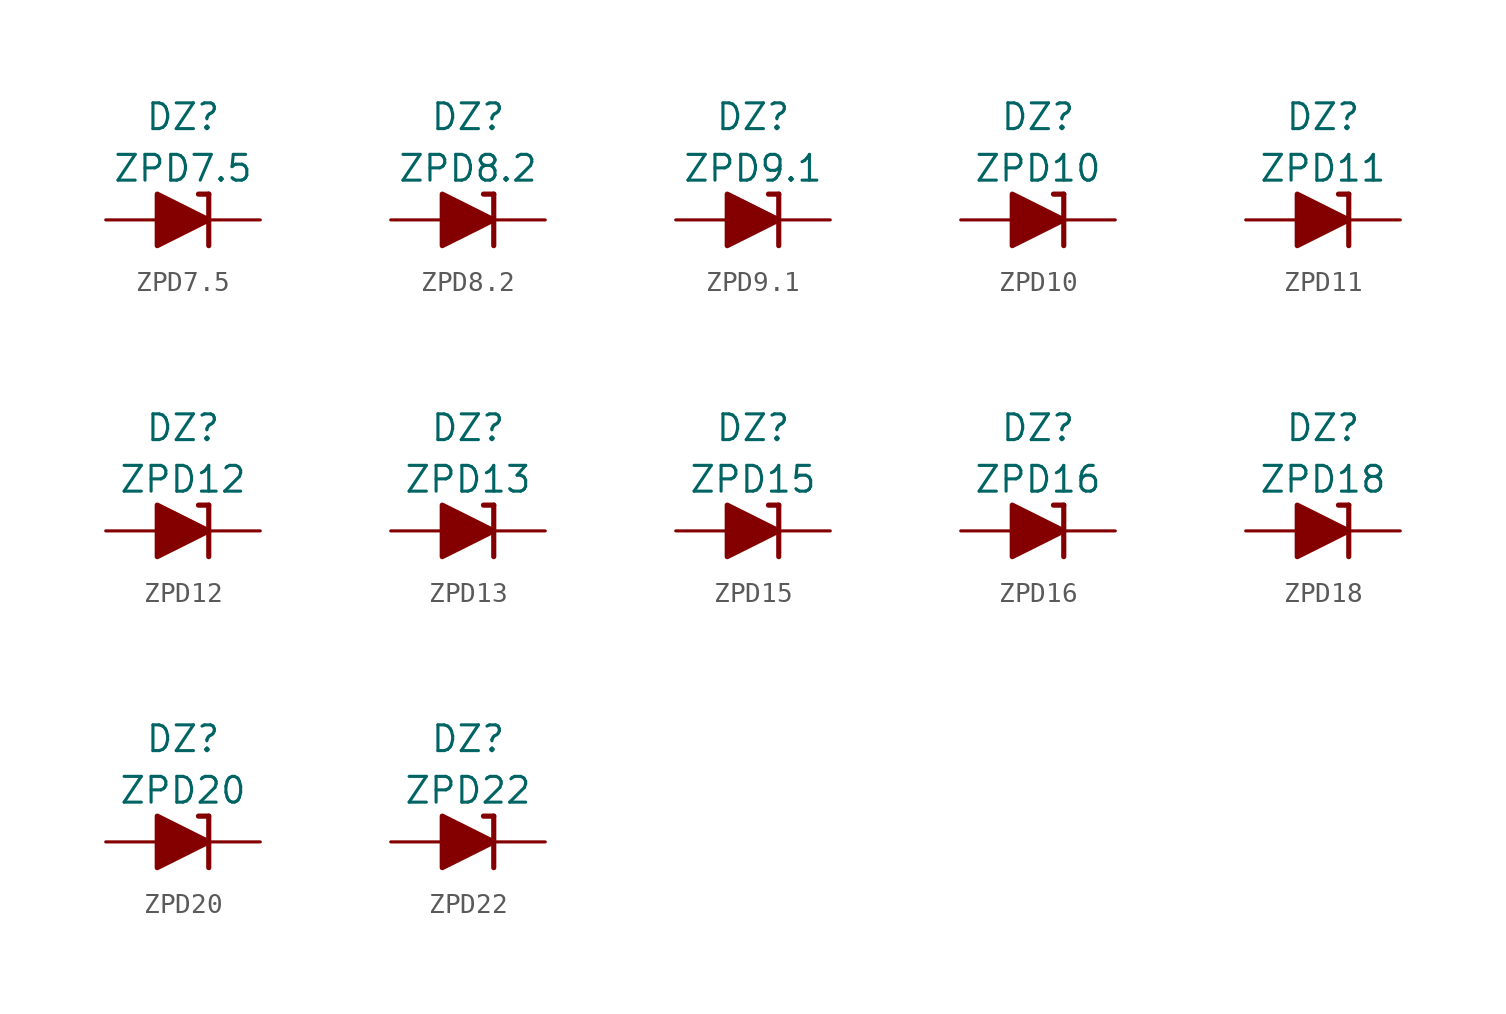
<source format=kicad_sym>
(kicad_symbol_lib
  (version 20201005)
  (generator kicad_symbol_editor)
  (symbol "Diode_Zener_AKL:ZPD7.5"
    (pin_numbers hide)
    (pin_names
      (offset 1.016) hide)
    (property "Reference" "DZ"
      (at 0 5.08 0)
      (effects (font (size 1.27 1.27))))
    (property "Value" "ZPD7.5"
      (at 0 2.54 0)
      (effects (font (size 1.27 1.27))))
    (symbol "ZPD7.5_0_1"
      (polyline (pts (xy -1.27 0) (xy 1.27 0)) (stroke (width 0)) (fill (type none)))
      (polyline (pts (xy 1.27 1.27) (xy 0.762 1.27)) (stroke (width 0.254)) (fill (type none)))
      (polyline (pts (xy 1.27 1.27) (xy 1.27 -1.27)) (stroke (width 0.254)) (fill (type none)))
      (polyline (pts (xy -1.27 -1.27) (xy -1.27 1.27) (xy 1.27 0) (xy -1.27 -1.27)) (stroke (width 0.254)) (fill (type outline))))
    (symbol "ZPD7.5_1_1"
      (pin passive line (at 3.81 0 180) (length 2.54) (name "K" (effects (font (size 1.27 1.27)))) (number "1" (effects (font (size 1.27 1.27)))))
      (pin passive line (at -3.81 0 0) (length 2.54) (name "A" (effects (font (size 1.27 1.27)))) (number "2" (effects (font (size 1.27 1.27)))))))
  (symbol "Diode_Zener_AKL:ZPD8.2"
    (pin_numbers hide)
    (pin_names
      (offset 1.016) hide)
    (property "Reference" "DZ"
      (at 0 5.08 0)
      (effects (font (size 1.27 1.27))))
    (property "Value" "ZPD8.2"
      (at 0 2.54 0)
      (effects (font (size 1.27 1.27))))
    (symbol "ZPD8.2_0_1"
      (polyline (pts (xy -1.27 0) (xy 1.27 0)) (stroke (width 0)) (fill (type none)))
      (polyline (pts (xy 1.27 1.27) (xy 0.762 1.27)) (stroke (width 0.254)) (fill (type none)))
      (polyline (pts (xy 1.27 1.27) (xy 1.27 -1.27)) (stroke (width 0.254)) (fill (type none)))
      (polyline (pts (xy -1.27 -1.27) (xy -1.27 1.27) (xy 1.27 0) (xy -1.27 -1.27)) (stroke (width 0.254)) (fill (type outline))))
    (symbol "ZPD8.2_1_1"
      (pin passive line (at 3.81 0 180) (length 2.54) (name "K" (effects (font (size 1.27 1.27)))) (number "1" (effects (font (size 1.27 1.27)))))
      (pin passive line (at -3.81 0 0) (length 2.54) (name "A" (effects (font (size 1.27 1.27)))) (number "2" (effects (font (size 1.27 1.27)))))))
  (symbol "Diode_Zener_AKL:ZPD9.1"
    (pin_numbers hide)
    (pin_names
      (offset 1.016) hide)
    (property "Reference" "DZ"
      (at 0 5.08 0)
      (effects (font (size 1.27 1.27))))
    (property "Value" "ZPD9.1"
      (at 0 2.54 0)
      (effects (font (size 1.27 1.27))))
    (symbol "ZPD9.1_0_1"
      (polyline (pts (xy -1.27 0) (xy 1.27 0)) (stroke (width 0)) (fill (type none)))
      (polyline (pts (xy 1.27 1.27) (xy 0.762 1.27)) (stroke (width 0.254)) (fill (type none)))
      (polyline (pts (xy 1.27 1.27) (xy 1.27 -1.27)) (stroke (width 0.254)) (fill (type none)))
      (polyline (pts (xy -1.27 -1.27) (xy -1.27 1.27) (xy 1.27 0) (xy -1.27 -1.27)) (stroke (width 0.254)) (fill (type outline))))
    (symbol "ZPD9.1_1_1"
      (pin passive line (at 3.81 0 180) (length 2.54) (name "K" (effects (font (size 1.27 1.27)))) (number "1" (effects (font (size 1.27 1.27)))))
      (pin passive line (at -3.81 0 0) (length 2.54) (name "A" (effects (font (size 1.27 1.27)))) (number "2" (effects (font (size 1.27 1.27)))))))
  (symbol "Diode_Zener_AKL:ZPD10"
    (pin_numbers hide)
    (pin_names
      (offset 1.016) hide)
    (property "Reference" "DZ"
      (at 0 5.08 0)
      (effects (font (size 1.27 1.27))))
    (property "Value" "ZPD10"
      (at 0 2.54 0)
      (effects (font (size 1.27 1.27))))
    (symbol "ZPD10_0_1"
      (polyline (pts (xy -1.27 0) (xy 1.27 0)) (stroke (width 0)) (fill (type none)))
      (polyline (pts (xy 1.27 1.27) (xy 0.762 1.27)) (stroke (width 0.254)) (fill (type none)))
      (polyline (pts (xy 1.27 1.27) (xy 1.27 -1.27)) (stroke (width 0.254)) (fill (type none)))
      (polyline (pts (xy -1.27 -1.27) (xy -1.27 1.27) (xy 1.27 0) (xy -1.27 -1.27)) (stroke (width 0.254)) (fill (type outline))))
    (symbol "ZPD10_1_1"
      (pin passive line (at 3.81 0 180) (length 2.54) (name "K" (effects (font (size 1.27 1.27)))) (number "1" (effects (font (size 1.27 1.27)))))
      (pin passive line (at -3.81 0 0) (length 2.54) (name "A" (effects (font (size 1.27 1.27)))) (number "2" (effects (font (size 1.27 1.27)))))))
  (symbol "Diode_Zener_AKL:ZPD11"
    (pin_numbers hide)
    (pin_names
      (offset 1.016) hide)
    (property "Reference" "DZ"
      (at 0 5.08 0)
      (effects (font (size 1.27 1.27))))
    (property "Value" "ZPD11"
      (at 0 2.54 0)
      (effects (font (size 1.27 1.27))))
    (symbol "ZPD11_0_1"
      (polyline (pts (xy -1.27 0) (xy 1.27 0)) (stroke (width 0)) (fill (type none)))
      (polyline (pts (xy 1.27 1.27) (xy 0.762 1.27)) (stroke (width 0.254)) (fill (type none)))
      (polyline (pts (xy 1.27 1.27) (xy 1.27 -1.27)) (stroke (width 0.254)) (fill (type none)))
      (polyline (pts (xy -1.27 -1.27) (xy -1.27 1.27) (xy 1.27 0) (xy -1.27 -1.27)) (stroke (width 0.254)) (fill (type outline))))
    (symbol "ZPD11_1_1"
      (pin passive line (at 3.81 0 180) (length 2.54) (name "K" (effects (font (size 1.27 1.27)))) (number "1" (effects (font (size 1.27 1.27)))))
      (pin passive line (at -3.81 0 0) (length 2.54) (name "A" (effects (font (size 1.27 1.27)))) (number "2" (effects (font (size 1.27 1.27)))))))
  (symbol "Diode_Zener_AKL:ZPD12"
    (pin_numbers hide)
    (pin_names
      (offset 1.016) hide)
    (property "Reference" "DZ"
      (at 0 5.08 0)
      (effects (font (size 1.27 1.27))))
    (property "Value" "ZPD12"
      (at 0 2.54 0)
      (effects (font (size 1.27 1.27))))
    (symbol "ZPD12_0_1"
      (polyline (pts (xy -1.27 0) (xy 1.27 0)) (stroke (width 0)) (fill (type none)))
      (polyline (pts (xy 1.27 1.27) (xy 0.762 1.27)) (stroke (width 0.254)) (fill (type none)))
      (polyline (pts (xy 1.27 1.27) (xy 1.27 -1.27)) (stroke (width 0.254)) (fill (type none)))
      (polyline (pts (xy -1.27 -1.27) (xy -1.27 1.27) (xy 1.27 0) (xy -1.27 -1.27)) (stroke (width 0.254)) (fill (type outline))))
    (symbol "ZPD12_1_1"
      (pin passive line (at 3.81 0 180) (length 2.54) (name "K" (effects (font (size 1.27 1.27)))) (number "1" (effects (font (size 1.27 1.27)))))
      (pin passive line (at -3.81 0 0) (length 2.54) (name "A" (effects (font (size 1.27 1.27)))) (number "2" (effects (font (size 1.27 1.27)))))))
  (symbol "Diode_Zener_AKL:ZPD13"
    (pin_numbers hide)
    (pin_names
      (offset 1.016) hide)
    (property "Reference" "DZ"
      (at 0 5.08 0)
      (effects (font (size 1.27 1.27))))
    (property "Value" "ZPD13"
      (at 0 2.54 0)
      (effects (font (size 1.27 1.27))))
    (symbol "ZPD13_0_1"
      (polyline (pts (xy -1.27 0) (xy 1.27 0)) (stroke (width 0)) (fill (type none)))
      (polyline (pts (xy 1.27 1.27) (xy 0.762 1.27)) (stroke (width 0.254)) (fill (type none)))
      (polyline (pts (xy 1.27 1.27) (xy 1.27 -1.27)) (stroke (width 0.254)) (fill (type none)))
      (polyline (pts (xy -1.27 -1.27) (xy -1.27 1.27) (xy 1.27 0) (xy -1.27 -1.27)) (stroke (width 0.254)) (fill (type outline))))
    (symbol "ZPD13_1_1"
      (pin passive line (at 3.81 0 180) (length 2.54) (name "K" (effects (font (size 1.27 1.27)))) (number "1" (effects (font (size 1.27 1.27)))))
      (pin passive line (at -3.81 0 0) (length 2.54) (name "A" (effects (font (size 1.27 1.27)))) (number "2" (effects (font (size 1.27 1.27)))))))
  (symbol "Diode_Zener_AKL:ZPD15"
    (pin_numbers hide)
    (pin_names
      (offset 1.016) hide)
    (property "Reference" "DZ"
      (at 0 5.08 0)
      (effects (font (size 1.27 1.27))))
    (property "Value" "ZPD15"
      (at 0 2.54 0)
      (effects (font (size 1.27 1.27))))
    (symbol "ZPD15_0_1"
      (polyline (pts (xy -1.27 0) (xy 1.27 0)) (stroke (width 0)) (fill (type none)))
      (polyline (pts (xy 1.27 1.27) (xy 0.762 1.27)) (stroke (width 0.254)) (fill (type none)))
      (polyline (pts (xy 1.27 1.27) (xy 1.27 -1.27)) (stroke (width 0.254)) (fill (type none)))
      (polyline (pts (xy -1.27 -1.27) (xy -1.27 1.27) (xy 1.27 0) (xy -1.27 -1.27)) (stroke (width 0.254)) (fill (type outline))))
    (symbol "ZPD15_1_1"
      (pin passive line (at 3.81 0 180) (length 2.54) (name "K" (effects (font (size 1.27 1.27)))) (number "1" (effects (font (size 1.27 1.27)))))
      (pin passive line (at -3.81 0 0) (length 2.54) (name "A" (effects (font (size 1.27 1.27)))) (number "2" (effects (font (size 1.27 1.27)))))))
  (symbol "Diode_Zener_AKL:ZPD16"
    (pin_numbers hide)
    (pin_names
      (offset 1.016) hide)
    (property "Reference" "DZ"
      (at 0 5.08 0)
      (effects (font (size 1.27 1.27))))
    (property "Value" "ZPD16"
      (at 0 2.54 0)
      (effects (font (size 1.27 1.27))))
    (symbol "ZPD16_0_1"
      (polyline (pts (xy -1.27 0) (xy 1.27 0)) (stroke (width 0)) (fill (type none)))
      (polyline (pts (xy 1.27 1.27) (xy 0.762 1.27)) (stroke (width 0.254)) (fill (type none)))
      (polyline (pts (xy 1.27 1.27) (xy 1.27 -1.27)) (stroke (width 0.254)) (fill (type none)))
      (polyline (pts (xy -1.27 -1.27) (xy -1.27 1.27) (xy 1.27 0) (xy -1.27 -1.27)) (stroke (width 0.254)) (fill (type outline))))
    (symbol "ZPD16_1_1"
      (pin passive line (at 3.81 0 180) (length 2.54) (name "K" (effects (font (size 1.27 1.27)))) (number "1" (effects (font (size 1.27 1.27)))))
      (pin passive line (at -3.81 0 0) (length 2.54) (name "A" (effects (font (size 1.27 1.27)))) (number "2" (effects (font (size 1.27 1.27)))))))
  (symbol "Diode_Zener_AKL:ZPD18"
    (pin_numbers hide)
    (pin_names
      (offset 1.016) hide)
    (property "Reference" "DZ"
      (at 0 5.08 0)
      (effects (font (size 1.27 1.27))))
    (property "Value" "ZPD18"
      (at 0 2.54 0)
      (effects (font (size 1.27 1.27))))
    (symbol "ZPD18_0_1"
      (polyline (pts (xy -1.27 0) (xy 1.27 0)) (stroke (width 0)) (fill (type none)))
      (polyline (pts (xy 1.27 1.27) (xy 0.762 1.27)) (stroke (width 0.254)) (fill (type none)))
      (polyline (pts (xy 1.27 1.27) (xy 1.27 -1.27)) (stroke (width 0.254)) (fill (type none)))
      (polyline (pts (xy -1.27 -1.27) (xy -1.27 1.27) (xy 1.27 0) (xy -1.27 -1.27)) (stroke (width 0.254)) (fill (type outline))))
    (symbol "ZPD18_1_1"
      (pin passive line (at 3.81 0 180) (length 2.54) (name "K" (effects (font (size 1.27 1.27)))) (number "1" (effects (font (size 1.27 1.27)))))
      (pin passive line (at -3.81 0 0) (length 2.54) (name "A" (effects (font (size 1.27 1.27)))) (number "2" (effects (font (size 1.27 1.27)))))))
  (symbol "Diode_Zener_AKL:ZPD20"
    (pin_numbers hide)
    (pin_names
      (offset 1.016) hide)
    (property "Reference" "DZ"
      (at 0 5.08 0)
      (effects (font (size 1.27 1.27))))
    (property "Value" "ZPD20"
      (at 0 2.54 0)
      (effects (font (size 1.27 1.27))))
    (symbol "ZPD20_0_1"
      (polyline (pts (xy -1.27 0) (xy 1.27 0)) (stroke (width 0)) (fill (type none)))
      (polyline (pts (xy 1.27 1.27) (xy 0.762 1.27)) (stroke (width 0.254)) (fill (type none)))
      (polyline (pts (xy 1.27 1.27) (xy 1.27 -1.27)) (stroke (width 0.254)) (fill (type none)))
      (polyline (pts (xy -1.27 -1.27) (xy -1.27 1.27) (xy 1.27 0) (xy -1.27 -1.27)) (stroke (width 0.254)) (fill (type outline))))
    (symbol "ZPD20_1_1"
      (pin passive line (at 3.81 0 180) (length 2.54) (name "K" (effects (font (size 1.27 1.27)))) (number "1" (effects (font (size 1.27 1.27)))))
      (pin passive line (at -3.81 0 0) (length 2.54) (name "A" (effects (font (size 1.27 1.27)))) (number "2" (effects (font (size 1.27 1.27)))))))
  (symbol "Diode_Zener_AKL:ZPD22"
    (pin_numbers hide)
    (pin_names
      (offset 1.016) hide)
    (property "Reference" "DZ"
      (at 0 5.08 0)
      (effects (font (size 1.27 1.27))))
    (property "Value" "ZPD22"
      (at 0 2.54 0)
      (effects (font (size 1.27 1.27))))
    (symbol "ZPD22_0_1"
      (polyline (pts (xy -1.27 0) (xy 1.27 0)) (stroke (width 0)) (fill (type none)))
      (polyline (pts (xy 1.27 1.27) (xy 0.762 1.27)) (stroke (width 0.254)) (fill (type none)))
      (polyline (pts (xy 1.27 1.27) (xy 1.27 -1.27)) (stroke (width 0.254)) (fill (type none)))
      (polyline (pts (xy -1.27 -1.27) (xy -1.27 1.27) (xy 1.27 0) (xy -1.27 -1.27)) (stroke (width 0.254)) (fill (type outline))))
    (symbol "ZPD22_1_1"
      (pin passive line (at 3.81 0 180) (length 2.54) (name "K" (effects (font (size 1.27 1.27)))) (number "1" (effects (font (size 1.27 1.27)))))
      (pin passive line (at -3.81 0 0) (length 2.54) (name "A" (effects (font (size 1.27 1.27)))) (number "2" (effects (font (size 1.27 1.27))))))))
</source>
